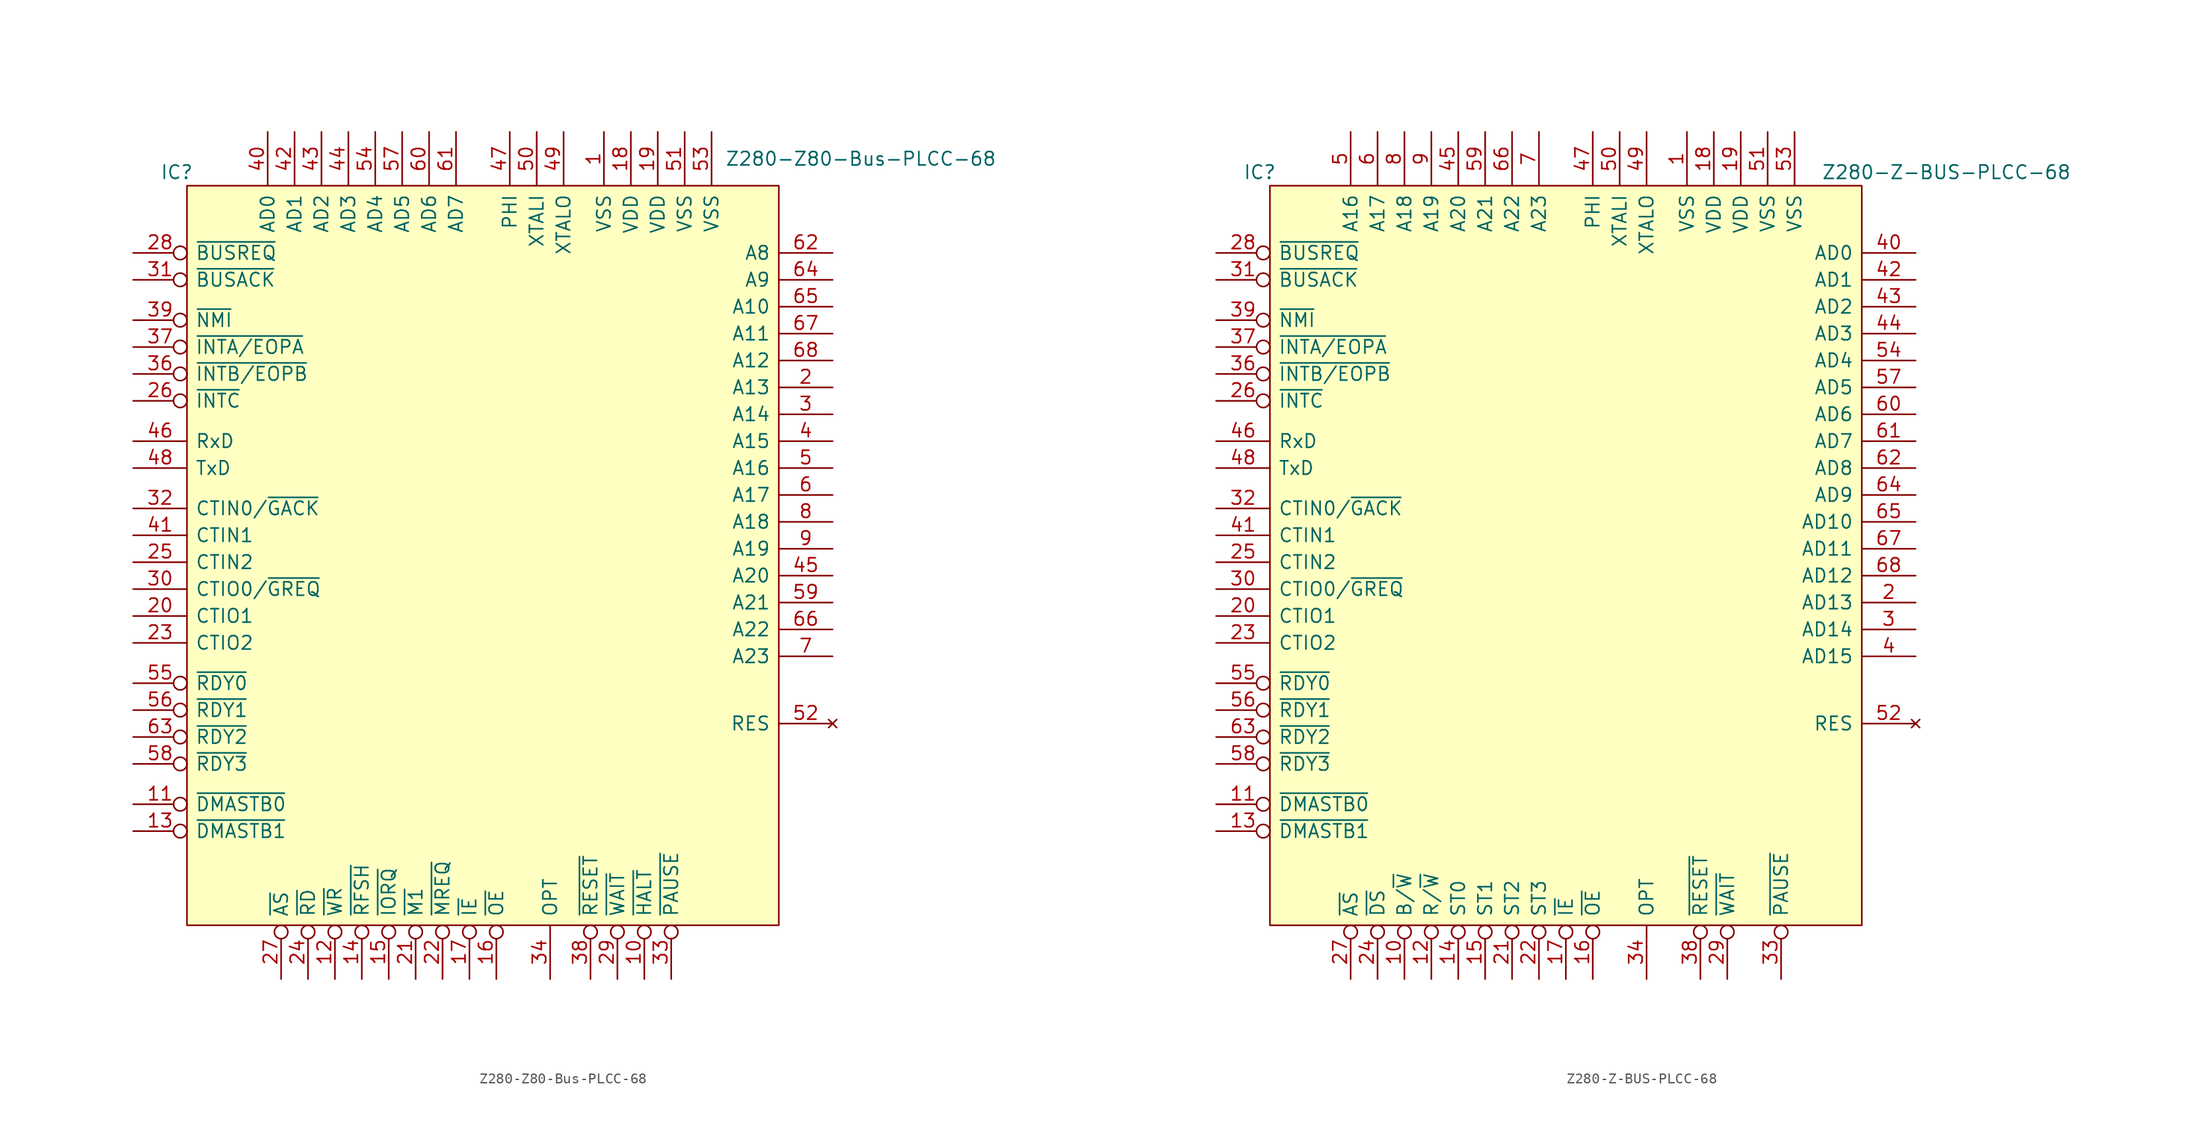
<source format=kicad_sym>
(kicad_symbol_lib
  (version 20211014)
  (generator kicad_symbol_editor)
  (symbol "Z280-Z80-Bus-PLCC-68"
    (pin_names
      (offset 0.762))
    (property "Reference" "IC"
      (at -2.54 1.27 0)
      (effects (font (size 1.27 1.27)) (justify left)))
    (property "Value" "Z280-Z80-Bus-PLCC-68"
      (at 50.8 2.54 0)
      (effects (font (size 1.27 1.27)) (justify left)))
    (symbol "Z280-Z80-Bus-PLCC-68_0_0"
      (pin power_in line (at 39.37 5.08 270) (length 5.08) (name "VSS" (effects (font (size 1.27 1.27)))) (number "1" (effects (font (size 1.27 1.27)))))
      (pin output inverted (at 43.18 -74.93 90) (length 5.08) (name "~{HALT}" (effects (font (size 1.27 1.27)))) (number "10" (effects (font (size 1.27 1.27)))))
      (pin output inverted (at -5.08 -58.42 0) (length 5.08) (name "~{DMASTB0}" (effects (font (size 1.27 1.27)))) (number "11" (effects (font (size 1.27 1.27)))))
      (pin output inverted (at 13.97 -74.93 90) (length 5.08) (name "~{WR}" (effects (font (size 1.27 1.27)))) (number "12" (effects (font (size 1.27 1.27)))))
      (pin output inverted (at -5.08 -60.96 0) (length 5.08) (name "~{DMASTB1}" (effects (font (size 1.27 1.27)))) (number "13" (effects (font (size 1.27 1.27)))))
      (pin output inverted (at 16.51 -74.93 90) (length 5.08) (name "~{RFSH}" (effects (font (size 1.27 1.27)))) (number "14" (effects (font (size 1.27 1.27)))))
      (pin output inverted (at 19.05 -74.93 90) (length 5.08) (name "~{IORQ}" (effects (font (size 1.27 1.27)))) (number "15" (effects (font (size 1.27 1.27)))))
      (pin tri_state inverted (at 29.21 -74.93 90) (length 5.08) (name "~{OE}" (effects (font (size 1.27 1.27)))) (number "16" (effects (font (size 1.27 1.27)))))
      (pin tri_state inverted (at 26.67 -74.93 90) (length 5.08) (name "~{IE}" (effects (font (size 1.27 1.27)))) (number "17" (effects (font (size 1.27 1.27)))))
      (pin power_in line (at 41.91 5.08 270) (length 5.08) (name "VDD" (effects (font (size 1.27 1.27)))) (number "18" (effects (font (size 1.27 1.27)))))
      (pin power_in line (at 44.45 5.08 270) (length 5.08) (name "VDD" (effects (font (size 1.27 1.27)))) (number "19" (effects (font (size 1.27 1.27)))))
      (pin tri_state line (at 60.96 -19.05 180) (length 5.08) (name "A13" (effects (font (size 1.27 1.27)))) (number "2" (effects (font (size 1.27 1.27)))))
      (pin bidirectional line (at -5.08 -40.64 0) (length 5.08) (name "CTIO1" (effects (font (size 1.27 1.27)))) (number "20" (effects (font (size 1.27 1.27)))))
      (pin output inverted (at 21.59 -74.93 90) (length 5.08) (name "~{M1}" (effects (font (size 1.27 1.27)))) (number "21" (effects (font (size 1.27 1.27)))))
      (pin output inverted (at 24.13 -74.93 90) (length 5.08) (name "~{MREQ}" (effects (font (size 1.27 1.27)))) (number "22" (effects (font (size 1.27 1.27)))))
      (pin bidirectional line (at -5.08 -43.18 0) (length 5.08) (name "CTIO2" (effects (font (size 1.27 1.27)))) (number "23" (effects (font (size 1.27 1.27)))))
      (pin output inverted (at 11.43 -74.93 90) (length 5.08) (name "~{RD}" (effects (font (size 1.27 1.27)))) (number "24" (effects (font (size 1.27 1.27)))))
      (pin input line (at -5.08 -35.56 0) (length 5.08) (name "CTIN2" (effects (font (size 1.27 1.27)))) (number "25" (effects (font (size 1.27 1.27)))))
      (pin input inverted (at -5.08 -20.32 0) (length 5.08) (name "~{INTC}" (effects (font (size 1.27 1.27)))) (number "26" (effects (font (size 1.27 1.27)))))
      (pin tri_state inverted (at 8.89 -74.93 90) (length 5.08) (name "~{AS}" (effects (font (size 1.27 1.27)))) (number "27" (effects (font (size 1.27 1.27)))))
      (pin input inverted (at -5.08 -6.35 0) (length 5.08) (name "~{BUSREQ}" (effects (font (size 1.27 1.27)))) (number "28" (effects (font (size 1.27 1.27)))))
      (pin input inverted (at 40.64 -74.93 90) (length 5.08) (name "~{WAIT}" (effects (font (size 1.27 1.27)))) (number "29" (effects (font (size 1.27 1.27)))))
      (pin tri_state line (at 60.96 -21.59 180) (length 5.08) (name "A14" (effects (font (size 1.27 1.27)))) (number "3" (effects (font (size 1.27 1.27)))))
      (pin bidirectional line (at -5.08 -38.1 0) (length 5.08) (name "CTIO0/~{GREQ}" (effects (font (size 1.27 1.27)))) (number "30" (effects (font (size 1.27 1.27)))))
      (pin output inverted (at -5.08 -8.89 0) (length 5.08) (name "~{BUSACK}" (effects (font (size 1.27 1.27)))) (number "31" (effects (font (size 1.27 1.27)))))
      (pin input line (at -5.08 -30.48 0) (length 5.08) (name "CTIN0/~{GACK}" (effects (font (size 1.27 1.27)))) (number "32" (effects (font (size 1.27 1.27)))))
      (pin input inverted (at 45.72 -74.93 90) (length 5.08) (name "~{PAUSE}" (effects (font (size 1.27 1.27)))) (number "33" (effects (font (size 1.27 1.27)))))
      (pin input line (at 34.29 -74.93 90) (length 5.08) (name "OPT" (effects (font (size 1.27 1.27)))) (number "34" (effects (font (size 1.27 1.27)))))
      (pin input inverted (at -5.08 -17.78 0) (length 5.08) (name "~{INTB/EOPB}" (effects (font (size 1.27 1.27)))) (number "36" (effects (font (size 1.27 1.27)))))
      (pin input inverted (at -5.08 -15.24 0) (length 5.08) (name "~{INTA/EOPA}" (effects (font (size 1.27 1.27)))) (number "37" (effects (font (size 1.27 1.27)))))
      (pin input inverted (at 38.1 -74.93 90) (length 5.08) (name "~{RESET}" (effects (font (size 1.27 1.27)))) (number "38" (effects (font (size 1.27 1.27)))))
      (pin input inverted (at -5.08 -12.7 0) (length 5.08) (name "~{NMI}" (effects (font (size 1.27 1.27)))) (number "39" (effects (font (size 1.27 1.27)))))
      (pin tri_state line (at 60.96 -24.13 180) (length 5.08) (name "A15" (effects (font (size 1.27 1.27)))) (number "4" (effects (font (size 1.27 1.27)))))
      (pin tri_state line (at 7.62 5.08 270) (length 5.08) (name "AD0" (effects (font (size 1.27 1.27)))) (number "40" (effects (font (size 1.27 1.27)))))
      (pin input line (at -5.08 -33.02 0) (length 5.08) (name "CTIN1" (effects (font (size 1.27 1.27)))) (number "41" (effects (font (size 1.27 1.27)))))
      (pin tri_state line (at 10.16 5.08 270) (length 5.08) (name "AD1" (effects (font (size 1.27 1.27)))) (number "42" (effects (font (size 1.27 1.27)))))
      (pin tri_state line (at 12.7 5.08 270) (length 5.08) (name "AD2" (effects (font (size 1.27 1.27)))) (number "43" (effects (font (size 1.27 1.27)))))
      (pin tri_state line (at 15.24 5.08 270) (length 5.08) (name "AD3" (effects (font (size 1.27 1.27)))) (number "44" (effects (font (size 1.27 1.27)))))
      (pin tri_state line (at 60.96 -36.83 180) (length 5.08) (name "A20" (effects (font (size 1.27 1.27)))) (number "45" (effects (font (size 1.27 1.27)))))
      (pin input line (at -5.08 -24.13 0) (length 5.08) (name "RxD" (effects (font (size 1.27 1.27)))) (number "46" (effects (font (size 1.27 1.27)))))
      (pin output line (at 30.48 5.08 270) (length 5.08) (name "PHI" (effects (font (size 1.27 1.27)))) (number "47" (effects (font (size 1.27 1.27)))))
      (pin output line (at -5.08 -26.67 0) (length 5.08) (name "TxD" (effects (font (size 1.27 1.27)))) (number "48" (effects (font (size 1.27 1.27)))))
      (pin output line (at 35.56 5.08 270) (length 5.08) (name "XTALO" (effects (font (size 1.27 1.27)))) (number "49" (effects (font (size 1.27 1.27)))))
      (pin tri_state line (at 60.96 -26.67 180) (length 5.08) (name "A16" (effects (font (size 1.27 1.27)))) (number "5" (effects (font (size 1.27 1.27)))))
      (pin input line (at 33.02 5.08 270) (length 5.08) (name "XTALI" (effects (font (size 1.27 1.27)))) (number "50" (effects (font (size 1.27 1.27)))))
      (pin power_in line (at 46.99 5.08 270) (length 5.08) (name "VSS" (effects (font (size 1.27 1.27)))) (number "51" (effects (font (size 1.27 1.27)))))
      (pin no_connect line (at 60.96 -50.8 180) (length 5.08) (name "RES" (effects (font (size 1.27 1.27)))) (number "52" (effects (font (size 1.27 1.27)))))
      (pin power_in line (at 49.53 5.08 270) (length 5.08) (name "VSS" (effects (font (size 1.27 1.27)))) (number "53" (effects (font (size 1.27 1.27)))))
      (pin tri_state line (at 17.78 5.08 270) (length 5.08) (name "AD4" (effects (font (size 1.27 1.27)))) (number "54" (effects (font (size 1.27 1.27)))))
      (pin input inverted (at -5.08 -46.99 0) (length 5.08) (name "~{RDY0}" (effects (font (size 1.27 1.27)))) (number "55" (effects (font (size 1.27 1.27)))))
      (pin input inverted (at -5.08 -49.53 0) (length 5.08) (name "~{RDY1}" (effects (font (size 1.27 1.27)))) (number "56" (effects (font (size 1.27 1.27)))))
      (pin tri_state line (at 20.32 5.08 270) (length 5.08) (name "AD5" (effects (font (size 1.27 1.27)))) (number "57" (effects (font (size 1.27 1.27)))))
      (pin input inverted (at -5.08 -54.61 0) (length 5.08) (name "~{RDY3}" (effects (font (size 1.27 1.27)))) (number "58" (effects (font (size 1.27 1.27)))))
      (pin tri_state line (at 60.96 -39.37 180) (length 5.08) (name "A21" (effects (font (size 1.27 1.27)))) (number "59" (effects (font (size 1.27 1.27)))))
      (pin tri_state line (at 60.96 -29.21 180) (length 5.08) (name "A17" (effects (font (size 1.27 1.27)))) (number "6" (effects (font (size 1.27 1.27)))))
      (pin tri_state line (at 22.86 5.08 270) (length 5.08) (name "AD6" (effects (font (size 1.27 1.27)))) (number "60" (effects (font (size 1.27 1.27)))))
      (pin tri_state line (at 25.4 5.08 270) (length 5.08) (name "AD7" (effects (font (size 1.27 1.27)))) (number "61" (effects (font (size 1.27 1.27)))))
      (pin tri_state line (at 60.96 -6.35 180) (length 5.08) (name "A8" (effects (font (size 1.27 1.27)))) (number "62" (effects (font (size 1.27 1.27)))))
      (pin input inverted (at -5.08 -52.07 0) (length 5.08) (name "~{RDY2}" (effects (font (size 1.27 1.27)))) (number "63" (effects (font (size 1.27 1.27)))))
      (pin tri_state line (at 60.96 -8.89 180) (length 5.08) (name "A9" (effects (font (size 1.27 1.27)))) (number "64" (effects (font (size 1.27 1.27)))))
      (pin tri_state line (at 60.96 -11.43 180) (length 5.08) (name "A10" (effects (font (size 1.27 1.27)))) (number "65" (effects (font (size 1.27 1.27)))))
      (pin tri_state line (at 60.96 -41.91 180) (length 5.08) (name "A22" (effects (font (size 1.27 1.27)))) (number "66" (effects (font (size 1.27 1.27)))))
      (pin tri_state line (at 60.96 -13.97 180) (length 5.08) (name "A11" (effects (font (size 1.27 1.27)))) (number "67" (effects (font (size 1.27 1.27)))))
      (pin tri_state line (at 60.96 -16.51 180) (length 5.08) (name "A12" (effects (font (size 1.27 1.27)))) (number "68" (effects (font (size 1.27 1.27)))))
      (pin tri_state line (at 60.96 -44.45 180) (length 5.08) (name "A23" (effects (font (size 1.27 1.27)))) (number "7" (effects (font (size 1.27 1.27)))))
      (pin tri_state line (at 60.96 -31.75 180) (length 5.08) (name "A18" (effects (font (size 1.27 1.27)))) (number "8" (effects (font (size 1.27 1.27)))))
      (pin tri_state line (at 60.96 -34.29 180) (length 5.08) (name "A19" (effects (font (size 1.27 1.27)))) (number "9" (effects (font (size 1.27 1.27))))))
    (symbol "Z280-Z80-Bus-PLCC-68_0_1"
      (rectangle (start 0 0) (end 55.88 -69.85) (stroke (width 0.152) (type solid)) (fill (type background)))))
  (symbol "Z280-Z-BUS-PLCC-68"
    (pin_names
      (offset 0.762))
    (property "Reference" "IC"
      (at -2.54 1.27 0)
      (effects (font (size 1.27 1.27)) (justify left)))
    (property "Value" "Z280-Z-BUS-PLCC-68"
      (at 52.07 1.27 0)
      (effects (font (size 1.27 1.27)) (justify left)))
    (symbol "Z280-Z-BUS-PLCC-68_0_0"
      (pin power_in line (at 39.37 5.08 270) (length 5.08) (name "VSS" (effects (font (size 1.27 1.27)))) (number "1" (effects (font (size 1.27 1.27)))))
      (pin tri_state inverted (at 12.7 -74.93 90) (length 5.08) (name "B/~{W}" (effects (font (size 1.27 1.27)))) (number "10" (effects (font (size 1.27 1.27)))))
      (pin output inverted (at -5.08 -58.42 0) (length 5.08) (name "~{DMASTB0}" (effects (font (size 1.27 1.27)))) (number "11" (effects (font (size 1.27 1.27)))))
      (pin output inverted (at 15.24 -74.93 90) (length 5.08) (name "R/~{W}" (effects (font (size 1.27 1.27)))) (number "12" (effects (font (size 1.27 1.27)))))
      (pin output inverted (at -5.08 -60.96 0) (length 5.08) (name "~{DMASTB1}" (effects (font (size 1.27 1.27)))) (number "13" (effects (font (size 1.27 1.27)))))
      (pin output inverted (at 17.78 -74.93 90) (length 5.08) (name "ST0" (effects (font (size 1.27 1.27)))) (number "14" (effects (font (size 1.27 1.27)))))
      (pin output inverted (at 20.32 -74.93 90) (length 5.08) (name "ST1" (effects (font (size 1.27 1.27)))) (number "15" (effects (font (size 1.27 1.27)))))
      (pin tri_state inverted (at 30.48 -74.93 90) (length 5.08) (name "~{OE}" (effects (font (size 1.27 1.27)))) (number "16" (effects (font (size 1.27 1.27)))))
      (pin tri_state inverted (at 27.94 -74.93 90) (length 5.08) (name "~{IE}" (effects (font (size 1.27 1.27)))) (number "17" (effects (font (size 1.27 1.27)))))
      (pin power_in line (at 41.91 5.08 270) (length 5.08) (name "VDD" (effects (font (size 1.27 1.27)))) (number "18" (effects (font (size 1.27 1.27)))))
      (pin power_in line (at 44.45 5.08 270) (length 5.08) (name "VDD" (effects (font (size 1.27 1.27)))) (number "19" (effects (font (size 1.27 1.27)))))
      (pin tri_state line (at 60.96 -39.37 180) (length 5.08) (name "AD13" (effects (font (size 1.27 1.27)))) (number "2" (effects (font (size 1.27 1.27)))))
      (pin bidirectional line (at -5.08 -40.64 0) (length 5.08) (name "CTIO1" (effects (font (size 1.27 1.27)))) (number "20" (effects (font (size 1.27 1.27)))))
      (pin output inverted (at 22.86 -74.93 90) (length 5.08) (name "ST2" (effects (font (size 1.27 1.27)))) (number "21" (effects (font (size 1.27 1.27)))))
      (pin output inverted (at 25.4 -74.93 90) (length 5.08) (name "ST3" (effects (font (size 1.27 1.27)))) (number "22" (effects (font (size 1.27 1.27)))))
      (pin bidirectional line (at -5.08 -43.18 0) (length 5.08) (name "CTIO2" (effects (font (size 1.27 1.27)))) (number "23" (effects (font (size 1.27 1.27)))))
      (pin output inverted (at 10.16 -74.93 90) (length 5.08) (name "~{DS}" (effects (font (size 1.27 1.27)))) (number "24" (effects (font (size 1.27 1.27)))))
      (pin input line (at -5.08 -35.56 0) (length 5.08) (name "CTIN2" (effects (font (size 1.27 1.27)))) (number "25" (effects (font (size 1.27 1.27)))))
      (pin input inverted (at -5.08 -20.32 0) (length 5.08) (name "~{INTC}" (effects (font (size 1.27 1.27)))) (number "26" (effects (font (size 1.27 1.27)))))
      (pin tri_state inverted (at 7.62 -74.93 90) (length 5.08) (name "~{AS}" (effects (font (size 1.27 1.27)))) (number "27" (effects (font (size 1.27 1.27)))))
      (pin input inverted (at -5.08 -6.35 0) (length 5.08) (name "~{BUSREQ}" (effects (font (size 1.27 1.27)))) (number "28" (effects (font (size 1.27 1.27)))))
      (pin input inverted (at 43.18 -74.93 90) (length 5.08) (name "~{WAIT}" (effects (font (size 1.27 1.27)))) (number "29" (effects (font (size 1.27 1.27)))))
      (pin tri_state line (at 60.96 -41.91 180) (length 5.08) (name "AD14" (effects (font (size 1.27 1.27)))) (number "3" (effects (font (size 1.27 1.27)))))
      (pin bidirectional line (at -5.08 -38.1 0) (length 5.08) (name "CTIO0/~{GREQ}" (effects (font (size 1.27 1.27)))) (number "30" (effects (font (size 1.27 1.27)))))
      (pin output inverted (at -5.08 -8.89 0) (length 5.08) (name "~{BUSACK}" (effects (font (size 1.27 1.27)))) (number "31" (effects (font (size 1.27 1.27)))))
      (pin input line (at -5.08 -30.48 0) (length 5.08) (name "CTIN0/~{GACK}" (effects (font (size 1.27 1.27)))) (number "32" (effects (font (size 1.27 1.27)))))
      (pin input inverted (at 48.26 -74.93 90) (length 5.08) (name "~{PAUSE}" (effects (font (size 1.27 1.27)))) (number "33" (effects (font (size 1.27 1.27)))))
      (pin input line (at 35.56 -74.93 90) (length 5.08) (name "OPT" (effects (font (size 1.27 1.27)))) (number "34" (effects (font (size 1.27 1.27)))))
      (pin input inverted (at -5.08 -17.78 0) (length 5.08) (name "~{INTB/EOPB}" (effects (font (size 1.27 1.27)))) (number "36" (effects (font (size 1.27 1.27)))))
      (pin input inverted (at -5.08 -15.24 0) (length 5.08) (name "~{INTA/EOPA}" (effects (font (size 1.27 1.27)))) (number "37" (effects (font (size 1.27 1.27)))))
      (pin input inverted (at 40.64 -74.93 90) (length 5.08) (name "~{RESET}" (effects (font (size 1.27 1.27)))) (number "38" (effects (font (size 1.27 1.27)))))
      (pin input inverted (at -5.08 -12.7 0) (length 5.08) (name "~{NMI}" (effects (font (size 1.27 1.27)))) (number "39" (effects (font (size 1.27 1.27)))))
      (pin tri_state line (at 60.96 -44.45 180) (length 5.08) (name "AD15" (effects (font (size 1.27 1.27)))) (number "4" (effects (font (size 1.27 1.27)))))
      (pin tri_state line (at 60.96 -6.35 180) (length 5.08) (name "AD0" (effects (font (size 1.27 1.27)))) (number "40" (effects (font (size 1.27 1.27)))))
      (pin input line (at -5.08 -33.02 0) (length 5.08) (name "CTIN1" (effects (font (size 1.27 1.27)))) (number "41" (effects (font (size 1.27 1.27)))))
      (pin tri_state line (at 60.96 -8.89 180) (length 5.08) (name "AD1" (effects (font (size 1.27 1.27)))) (number "42" (effects (font (size 1.27 1.27)))))
      (pin tri_state line (at 60.96 -11.43 180) (length 5.08) (name "AD2" (effects (font (size 1.27 1.27)))) (number "43" (effects (font (size 1.27 1.27)))))
      (pin tri_state line (at 60.96 -13.97 180) (length 5.08) (name "AD3" (effects (font (size 1.27 1.27)))) (number "44" (effects (font (size 1.27 1.27)))))
      (pin tri_state line (at 17.78 5.08 270) (length 5.08) (name "A20" (effects (font (size 1.27 1.27)))) (number "45" (effects (font (size 1.27 1.27)))))
      (pin input line (at -5.08 -24.13 0) (length 5.08) (name "RxD" (effects (font (size 1.27 1.27)))) (number "46" (effects (font (size 1.27 1.27)))))
      (pin output line (at 30.48 5.08 270) (length 5.08) (name "PHI" (effects (font (size 1.27 1.27)))) (number "47" (effects (font (size 1.27 1.27)))))
      (pin output line (at -5.08 -26.67 0) (length 5.08) (name "TxD" (effects (font (size 1.27 1.27)))) (number "48" (effects (font (size 1.27 1.27)))))
      (pin output line (at 35.56 5.08 270) (length 5.08) (name "XTALO" (effects (font (size 1.27 1.27)))) (number "49" (effects (font (size 1.27 1.27)))))
      (pin tri_state line (at 7.62 5.08 270) (length 5.08) (name "A16" (effects (font (size 1.27 1.27)))) (number "5" (effects (font (size 1.27 1.27)))))
      (pin input line (at 33.02 5.08 270) (length 5.08) (name "XTALI" (effects (font (size 1.27 1.27)))) (number "50" (effects (font (size 1.27 1.27)))))
      (pin power_in line (at 46.99 5.08 270) (length 5.08) (name "VSS" (effects (font (size 1.27 1.27)))) (number "51" (effects (font (size 1.27 1.27)))))
      (pin no_connect line (at 60.96 -50.8 180) (length 5.08) (name "RES" (effects (font (size 1.27 1.27)))) (number "52" (effects (font (size 1.27 1.27)))))
      (pin power_in line (at 49.53 5.08 270) (length 5.08) (name "VSS" (effects (font (size 1.27 1.27)))) (number "53" (effects (font (size 1.27 1.27)))))
      (pin tri_state line (at 60.96 -16.51 180) (length 5.08) (name "AD4" (effects (font (size 1.27 1.27)))) (number "54" (effects (font (size 1.27 1.27)))))
      (pin input inverted (at -5.08 -46.99 0) (length 5.08) (name "~{RDY0}" (effects (font (size 1.27 1.27)))) (number "55" (effects (font (size 1.27 1.27)))))
      (pin input inverted (at -5.08 -49.53 0) (length 5.08) (name "~{RDY1}" (effects (font (size 1.27 1.27)))) (number "56" (effects (font (size 1.27 1.27)))))
      (pin tri_state line (at 60.96 -19.05 180) (length 5.08) (name "AD5" (effects (font (size 1.27 1.27)))) (number "57" (effects (font (size 1.27 1.27)))))
      (pin input inverted (at -5.08 -54.61 0) (length 5.08) (name "~{RDY3}" (effects (font (size 1.27 1.27)))) (number "58" (effects (font (size 1.27 1.27)))))
      (pin tri_state line (at 20.32 5.08 270) (length 5.08) (name "A21" (effects (font (size 1.27 1.27)))) (number "59" (effects (font (size 1.27 1.27)))))
      (pin tri_state line (at 10.16 5.08 270) (length 5.08) (name "A17" (effects (font (size 1.27 1.27)))) (number "6" (effects (font (size 1.27 1.27)))))
      (pin tri_state line (at 60.96 -21.59 180) (length 5.08) (name "AD6" (effects (font (size 1.27 1.27)))) (number "60" (effects (font (size 1.27 1.27)))))
      (pin tri_state line (at 60.96 -24.13 180) (length 5.08) (name "AD7" (effects (font (size 1.27 1.27)))) (number "61" (effects (font (size 1.27 1.27)))))
      (pin tri_state line (at 60.96 -26.67 180) (length 5.08) (name "AD8" (effects (font (size 1.27 1.27)))) (number "62" (effects (font (size 1.27 1.27)))))
      (pin input inverted (at -5.08 -52.07 0) (length 5.08) (name "~{RDY2}" (effects (font (size 1.27 1.27)))) (number "63" (effects (font (size 1.27 1.27)))))
      (pin tri_state line (at 60.96 -29.21 180) (length 5.08) (name "AD9" (effects (font (size 1.27 1.27)))) (number "64" (effects (font (size 1.27 1.27)))))
      (pin tri_state line (at 60.96 -31.75 180) (length 5.08) (name "AD10" (effects (font (size 1.27 1.27)))) (number "65" (effects (font (size 1.27 1.27)))))
      (pin tri_state line (at 22.86 5.08 270) (length 5.08) (name "A22" (effects (font (size 1.27 1.27)))) (number "66" (effects (font (size 1.27 1.27)))))
      (pin tri_state line (at 60.96 -34.29 180) (length 5.08) (name "AD11" (effects (font (size 1.27 1.27)))) (number "67" (effects (font (size 1.27 1.27)))))
      (pin tri_state line (at 60.96 -36.83 180) (length 5.08) (name "AD12" (effects (font (size 1.27 1.27)))) (number "68" (effects (font (size 1.27 1.27)))))
      (pin tri_state line (at 25.4 5.08 270) (length 5.08) (name "A23" (effects (font (size 1.27 1.27)))) (number "7" (effects (font (size 1.27 1.27)))))
      (pin tri_state line (at 12.7 5.08 270) (length 5.08) (name "A18" (effects (font (size 1.27 1.27)))) (number "8" (effects (font (size 1.27 1.27)))))
      (pin tri_state line (at 15.24 5.08 270) (length 5.08) (name "A19" (effects (font (size 1.27 1.27)))) (number "9" (effects (font (size 1.27 1.27))))))
    (symbol "Z280-Z-BUS-PLCC-68_0_1"
      (rectangle (start 0 0) (end 55.88 -69.85) (stroke (width 0.152) (type solid)) (fill (type background))))))
</source>
